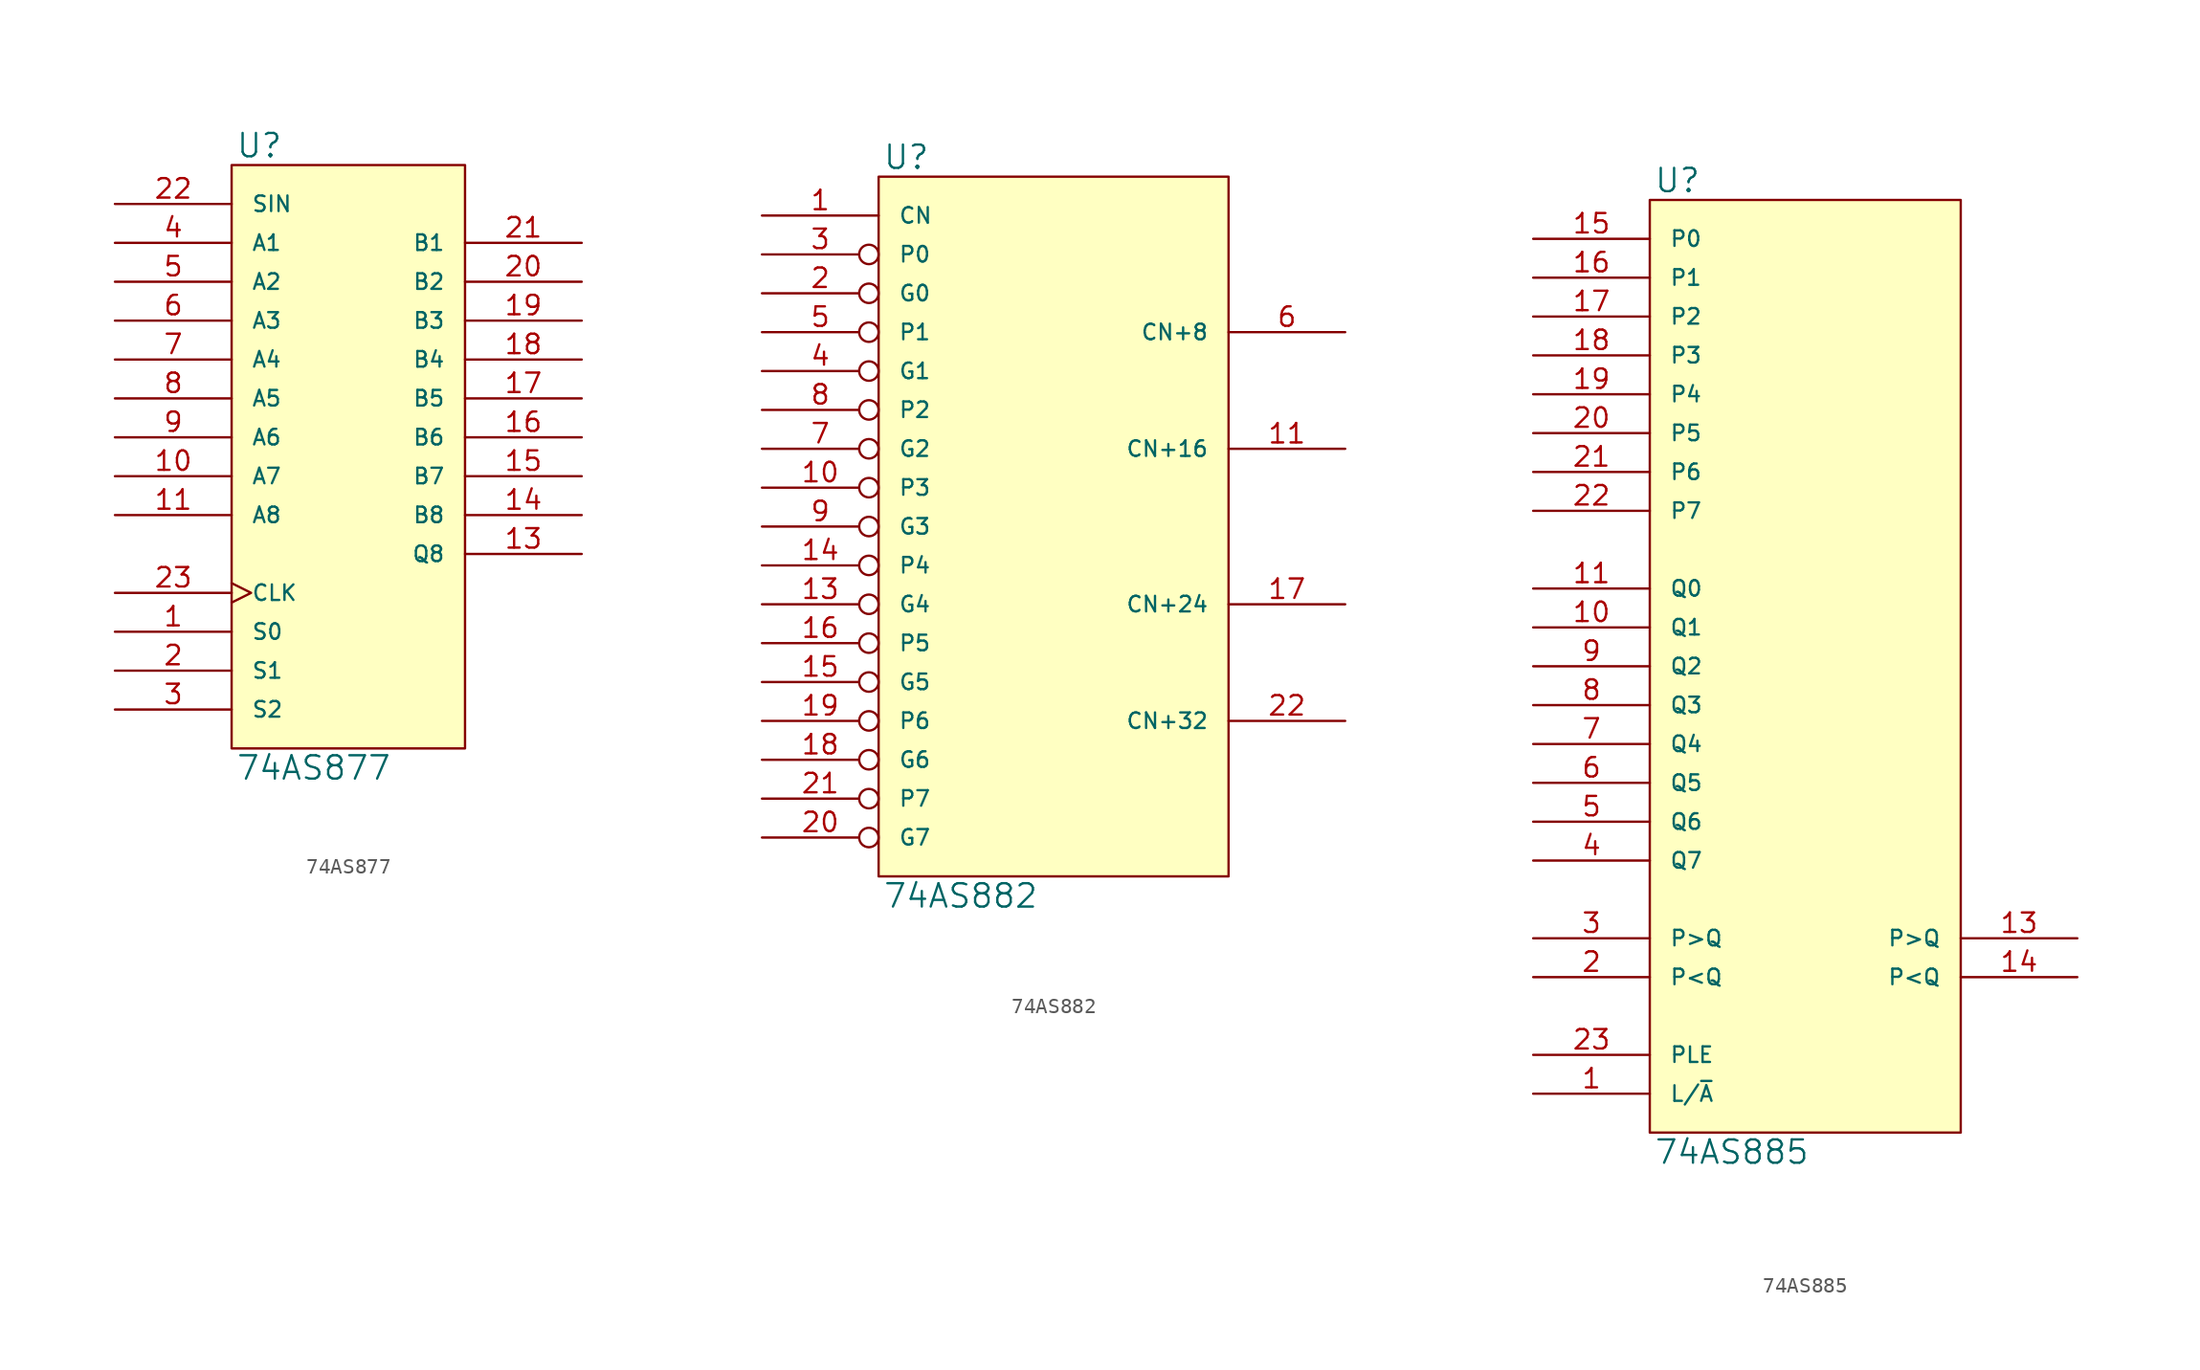
<source format=kicad_sym>
(kicad_symbol_lib
  (version 20231120)
  (generator "kicad_symbol_editor")
  (generator_version "8.0")
  (symbol "74AS877"
    (pin_names
      (offset 1.27))
    (property "Reference" "U"
      (at 0.254 0.381 0)
      (effects (font (size 1.524 1.524)) (justify left bottom)))
    (property "Value" "74AS877"
      (at 0.254 -38.481 0)
      (effects (font (size 1.524 1.524)) (justify left top)))
    (symbol "74AS877_0_1"
      (rectangle (start 0 0) (end 15.24 -38.1) (stroke (width 0) (type solid)) (fill (type background))))
    (symbol "74AS877_1_1"
      (pin input line (at -7.62 -30.48 0) (length 7.62) (name "S0" (effects (font (size 1.016 1.016)))) (number "1" (effects (font (size 1.27 1.27)))))
      (pin bidirectional line (at -7.62 -20.32 0) (length 7.62) (name "A7" (effects (font (size 1.016 1.016)))) (number "10" (effects (font (size 1.27 1.27)))))
      (pin bidirectional line (at -7.62 -22.86 0) (length 7.62) (name "A8" (effects (font (size 1.016 1.016)))) (number "11" (effects (font (size 1.27 1.27)))))
      (pin power_in line (at 0 -38.1 90) (length 0) hide (name "GND" (effects (font (size 1.016 1.016)))) (number "12" (effects (font (size 1.27 1.27)))))
      (pin tri_state line (at 22.86 -25.4 180) (length 7.62) (name "Q8" (effects (font (size 1.016 1.016)))) (number "13" (effects (font (size 1.27 1.27)))))
      (pin bidirectional line (at 22.86 -22.86 180) (length 7.62) (name "B8" (effects (font (size 1.016 1.016)))) (number "14" (effects (font (size 1.27 1.27)))))
      (pin bidirectional line (at 22.86 -20.32 180) (length 7.62) (name "B7" (effects (font (size 1.016 1.016)))) (number "15" (effects (font (size 1.27 1.27)))))
      (pin bidirectional line (at 22.86 -17.78 180) (length 7.62) (name "B6" (effects (font (size 1.016 1.016)))) (number "16" (effects (font (size 1.27 1.27)))))
      (pin bidirectional line (at 22.86 -15.24 180) (length 7.62) (name "B5" (effects (font (size 1.016 1.016)))) (number "17" (effects (font (size 1.27 1.27)))))
      (pin bidirectional line (at 22.86 -12.7 180) (length 7.62) (name "B4" (effects (font (size 1.016 1.016)))) (number "18" (effects (font (size 1.27 1.27)))))
      (pin bidirectional line (at 22.86 -10.16 180) (length 7.62) (name "B3" (effects (font (size 1.016 1.016)))) (number "19" (effects (font (size 1.27 1.27)))))
      (pin input line (at -7.62 -33.02 0) (length 7.62) (name "S1" (effects (font (size 1.016 1.016)))) (number "2" (effects (font (size 1.27 1.27)))))
      (pin bidirectional line (at 22.86 -7.62 180) (length 7.62) (name "B2" (effects (font (size 1.016 1.016)))) (number "20" (effects (font (size 1.27 1.27)))))
      (pin bidirectional line (at 22.86 -5.08 180) (length 7.62) (name "B1" (effects (font (size 1.016 1.016)))) (number "21" (effects (font (size 1.27 1.27)))))
      (pin input line (at -7.62 -2.54 0) (length 7.62) (name "SIN" (effects (font (size 1.016 1.016)))) (number "22" (effects (font (size 1.27 1.27)))))
      (pin input clock (at -7.62 -27.94 0) (length 7.62) (name "CLK" (effects (font (size 1.016 1.016)))) (number "23" (effects (font (size 1.27 1.27)))))
      (pin power_in line (at 0 0 270) (length 0) hide (name "VCC" (effects (font (size 1.016 1.016)))) (number "24" (effects (font (size 1.27 1.27)))))
      (pin input line (at -7.62 -35.56 0) (length 7.62) (name "S2" (effects (font (size 1.016 1.016)))) (number "3" (effects (font (size 1.27 1.27)))))
      (pin bidirectional line (at -7.62 -5.08 0) (length 7.62) (name "A1" (effects (font (size 1.016 1.016)))) (number "4" (effects (font (size 1.27 1.27)))))
      (pin bidirectional line (at -7.62 -7.62 0) (length 7.62) (name "A2" (effects (font (size 1.016 1.016)))) (number "5" (effects (font (size 1.27 1.27)))))
      (pin bidirectional line (at -7.62 -10.16 0) (length 7.62) (name "A3" (effects (font (size 1.016 1.016)))) (number "6" (effects (font (size 1.27 1.27)))))
      (pin bidirectional line (at -7.62 -12.7 0) (length 7.62) (name "A4" (effects (font (size 1.016 1.016)))) (number "7" (effects (font (size 1.27 1.27)))))
      (pin bidirectional line (at -7.62 -15.24 0) (length 7.62) (name "A5" (effects (font (size 1.016 1.016)))) (number "8" (effects (font (size 1.27 1.27)))))
      (pin bidirectional line (at -7.62 -17.78 0) (length 7.62) (name "A6" (effects (font (size 1.016 1.016)))) (number "9" (effects (font (size 1.27 1.27)))))))
  (symbol "74AS882"
    (pin_names
      (offset 1.27))
    (property "Reference" "U"
      (at 0.254 0.381 0)
      (effects (font (size 1.524 1.524)) (justify left bottom)))
    (property "Value" "74AS882"
      (at 0.254 -46.101 0)
      (effects (font (size 1.524 1.524)) (justify left top)))
    (symbol "74AS882_0_1"
      (rectangle (start 0 0) (end 22.86 -45.72) (stroke (width 0) (type solid)) (fill (type background))))
    (symbol "74AS882_1_1"
      (pin input line (at -7.62 -2.54 0) (length 7.62) (name "CN" (effects (font (size 1.016 1.016)))) (number "1" (effects (font (size 1.27 1.27)))))
      (pin input inverted (at -7.62 -20.32 0) (length 7.62) (name "P3" (effects (font (size 1.016 1.016)))) (number "10" (effects (font (size 1.27 1.27)))))
      (pin output line (at 30.48 -17.78 180) (length 7.62) (name "CN+16" (effects (font (size 1.016 1.016)))) (number "11" (effects (font (size 1.27 1.27)))))
      (pin power_in line (at 0 -45.72 90) (length 0) hide (name "GND" (effects (font (size 1.016 1.016)))) (number "12" (effects (font (size 1.27 1.27)))))
      (pin input inverted (at -7.62 -27.94 0) (length 7.62) (name "G4" (effects (font (size 1.016 1.016)))) (number "13" (effects (font (size 1.27 1.27)))))
      (pin input inverted (at -7.62 -25.4 0) (length 7.62) (name "P4" (effects (font (size 1.016 1.016)))) (number "14" (effects (font (size 1.27 1.27)))))
      (pin input inverted (at -7.62 -33.02 0) (length 7.62) (name "G5" (effects (font (size 1.016 1.016)))) (number "15" (effects (font (size 1.27 1.27)))))
      (pin input inverted (at -7.62 -30.48 0) (length 7.62) (name "P5" (effects (font (size 1.016 1.016)))) (number "16" (effects (font (size 1.27 1.27)))))
      (pin output line (at 30.48 -27.94 180) (length 7.62) (name "CN+24" (effects (font (size 1.016 1.016)))) (number "17" (effects (font (size 1.27 1.27)))))
      (pin input inverted (at -7.62 -38.1 0) (length 7.62) (name "G6" (effects (font (size 1.016 1.016)))) (number "18" (effects (font (size 1.27 1.27)))))
      (pin input inverted (at -7.62 -35.56 0) (length 7.62) (name "P6" (effects (font (size 1.016 1.016)))) (number "19" (effects (font (size 1.27 1.27)))))
      (pin input inverted (at -7.62 -7.62 0) (length 7.62) (name "G0" (effects (font (size 1.016 1.016)))) (number "2" (effects (font (size 1.27 1.27)))))
      (pin input inverted (at -7.62 -43.18 0) (length 7.62) (name "G7" (effects (font (size 1.016 1.016)))) (number "20" (effects (font (size 1.27 1.27)))))
      (pin input inverted (at -7.62 -40.64 0) (length 7.62) (name "P7" (effects (font (size 1.016 1.016)))) (number "21" (effects (font (size 1.27 1.27)))))
      (pin output line (at 30.48 -35.56 180) (length 7.62) (name "CN+32" (effects (font (size 1.016 1.016)))) (number "22" (effects (font (size 1.27 1.27)))))
      (pin power_in line (at 0 0 270) (length 0) hide (name "VCC" (effects (font (size 1.016 1.016)))) (number "24" (effects (font (size 1.27 1.27)))))
      (pin input inverted (at -7.62 -5.08 0) (length 7.62) (name "P0" (effects (font (size 1.016 1.016)))) (number "3" (effects (font (size 1.27 1.27)))))
      (pin input inverted (at -7.62 -12.7 0) (length 7.62) (name "G1" (effects (font (size 1.016 1.016)))) (number "4" (effects (font (size 1.27 1.27)))))
      (pin input inverted (at -7.62 -10.16 0) (length 7.62) (name "P1" (effects (font (size 1.016 1.016)))) (number "5" (effects (font (size 1.27 1.27)))))
      (pin output line (at 30.48 -10.16 180) (length 7.62) (name "CN+8" (effects (font (size 1.016 1.016)))) (number "6" (effects (font (size 1.27 1.27)))))
      (pin input inverted (at -7.62 -17.78 0) (length 7.62) (name "G2" (effects (font (size 1.016 1.016)))) (number "7" (effects (font (size 1.27 1.27)))))
      (pin input inverted (at -7.62 -15.24 0) (length 7.62) (name "P2" (effects (font (size 1.016 1.016)))) (number "8" (effects (font (size 1.27 1.27)))))
      (pin input inverted (at -7.62 -22.86 0) (length 7.62) (name "G3" (effects (font (size 1.016 1.016)))) (number "9" (effects (font (size 1.27 1.27)))))))
  (symbol "74AS885"
    (pin_names
      (offset 1.27))
    (property "Reference" "U"
      (at 0.254 0.381 0)
      (effects (font (size 1.524 1.524)) (justify left bottom)))
    (property "Value" "74AS885"
      (at 0.254 -61.341 0)
      (effects (font (size 1.524 1.524)) (justify left top)))
    (symbol "74AS885_0_1"
      (rectangle (start 0 0) (end 20.32 -60.96) (stroke (width 0) (type solid)) (fill (type background))))
    (symbol "74AS885_1_1"
      (pin input line (at -7.62 -58.42 0) (length 7.62) (name "L/~{A}" (effects (font (size 1.016 1.016)))) (number "1" (effects (font (size 1.27 1.27)))))
      (pin input line (at -7.62 -27.94 0) (length 7.62) (name "Q1" (effects (font (size 1.016 1.016)))) (number "10" (effects (font (size 1.27 1.27)))))
      (pin input line (at -7.62 -25.4 0) (length 7.62) (name "Q0" (effects (font (size 1.016 1.016)))) (number "11" (effects (font (size 1.27 1.27)))))
      (pin power_in line (at 0 -60.96 90) (length 0) hide (name "GND" (effects (font (size 1.016 1.016)))) (number "12" (effects (font (size 1.27 1.27)))))
      (pin output line (at 27.94 -48.26 180) (length 7.62) (name "P>Q" (effects (font (size 1.016 1.016)))) (number "13" (effects (font (size 1.27 1.27)))))
      (pin output line (at 27.94 -50.8 180) (length 7.62) (name "P<Q" (effects (font (size 1.016 1.016)))) (number "14" (effects (font (size 1.27 1.27)))))
      (pin input line (at -7.62 -2.54 0) (length 7.62) (name "P0" (effects (font (size 1.016 1.016)))) (number "15" (effects (font (size 1.27 1.27)))))
      (pin input line (at -7.62 -5.08 0) (length 7.62) (name "P1" (effects (font (size 1.016 1.016)))) (number "16" (effects (font (size 1.27 1.27)))))
      (pin input line (at -7.62 -7.62 0) (length 7.62) (name "P2" (effects (font (size 1.016 1.016)))) (number "17" (effects (font (size 1.27 1.27)))))
      (pin input line (at -7.62 -10.16 0) (length 7.62) (name "P3" (effects (font (size 1.016 1.016)))) (number "18" (effects (font (size 1.27 1.27)))))
      (pin input line (at -7.62 -12.7 0) (length 7.62) (name "P4" (effects (font (size 1.016 1.016)))) (number "19" (effects (font (size 1.27 1.27)))))
      (pin input line (at -7.62 -50.8 0) (length 7.62) (name "P<Q" (effects (font (size 1.016 1.016)))) (number "2" (effects (font (size 1.27 1.27)))))
      (pin input line (at -7.62 -15.24 0) (length 7.62) (name "P5" (effects (font (size 1.016 1.016)))) (number "20" (effects (font (size 1.27 1.27)))))
      (pin input line (at -7.62 -17.78 0) (length 7.62) (name "P6" (effects (font (size 1.016 1.016)))) (number "21" (effects (font (size 1.27 1.27)))))
      (pin input line (at -7.62 -20.32 0) (length 7.62) (name "P7" (effects (font (size 1.016 1.016)))) (number "22" (effects (font (size 1.27 1.27)))))
      (pin input line (at -7.62 -55.88 0) (length 7.62) (name "PLE" (effects (font (size 1.016 1.016)))) (number "23" (effects (font (size 1.27 1.27)))))
      (pin power_in line (at 0 0 270) (length 0) hide (name "VCC" (effects (font (size 1.016 1.016)))) (number "24" (effects (font (size 1.27 1.27)))))
      (pin input line (at -7.62 -48.26 0) (length 7.62) (name "P>Q" (effects (font (size 1.016 1.016)))) (number "3" (effects (font (size 1.27 1.27)))))
      (pin input line (at -7.62 -43.18 0) (length 7.62) (name "Q7" (effects (font (size 1.016 1.016)))) (number "4" (effects (font (size 1.27 1.27)))))
      (pin input line (at -7.62 -40.64 0) (length 7.62) (name "Q6" (effects (font (size 1.016 1.016)))) (number "5" (effects (font (size 1.27 1.27)))))
      (pin input line (at -7.62 -38.1 0) (length 7.62) (name "Q5" (effects (font (size 1.016 1.016)))) (number "6" (effects (font (size 1.27 1.27)))))
      (pin input line (at -7.62 -35.56 0) (length 7.62) (name "Q4" (effects (font (size 1.016 1.016)))) (number "7" (effects (font (size 1.27 1.27)))))
      (pin input line (at -7.62 -33.02 0) (length 7.62) (name "Q3" (effects (font (size 1.016 1.016)))) (number "8" (effects (font (size 1.27 1.27)))))
      (pin input line (at -7.62 -30.48 0) (length 7.62) (name "Q2" (effects (font (size 1.016 1.016)))) (number "9" (effects (font (size 1.27 1.27))))))))
</source>
